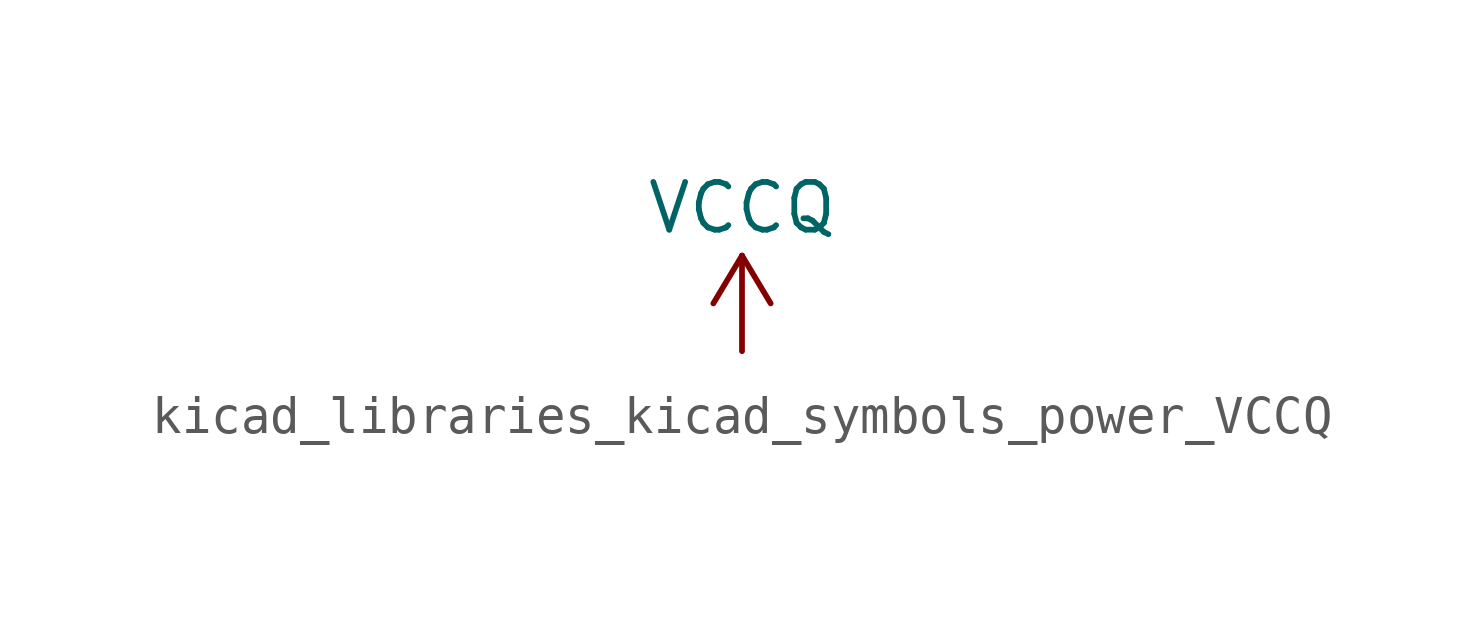
<source format=kicad_sym>
(kicad_symbol_lib
  (version 20220914)
  (generator kicad_symbol_editor)
  (symbol "kicad_libraries_kicad_symbols_power_VCCQ"
    (power)
    (pin_names
      (offset 0))
    (property "Reference" "#PWR"
      (at 0 -3.81 0)
      (effects (font (size 1.27 1.27)) hide))
    (property "Value" "VCCQ"
      (at 0 3.81 0)
      (effects (font (size 1.27 1.27))))
    (symbol "kicad_libraries_kicad_symbols_power_VCCQ_0_1"
      (polyline (pts (xy -0.762 1.27) (xy 0 2.54)) (stroke (width 0) (type default)) (fill (type none)))
      (polyline (pts (xy 0 0) (xy 0 2.54)) (stroke (width 0) (type default)) (fill (type none)))
      (polyline (pts (xy 0 2.54) (xy 0.762 1.27)) (stroke (width 0) (type default)) (fill (type none))))
    (symbol "kicad_libraries_kicad_symbols_power_VCCQ_1_1"
      (pin power_in line (at 0 0 90) (length 0) hide (name "VCCQ" (effects (font (size 1.27 1.27)))) (number "1" (effects (font (size 1.27 1.27))))))))
</source>
